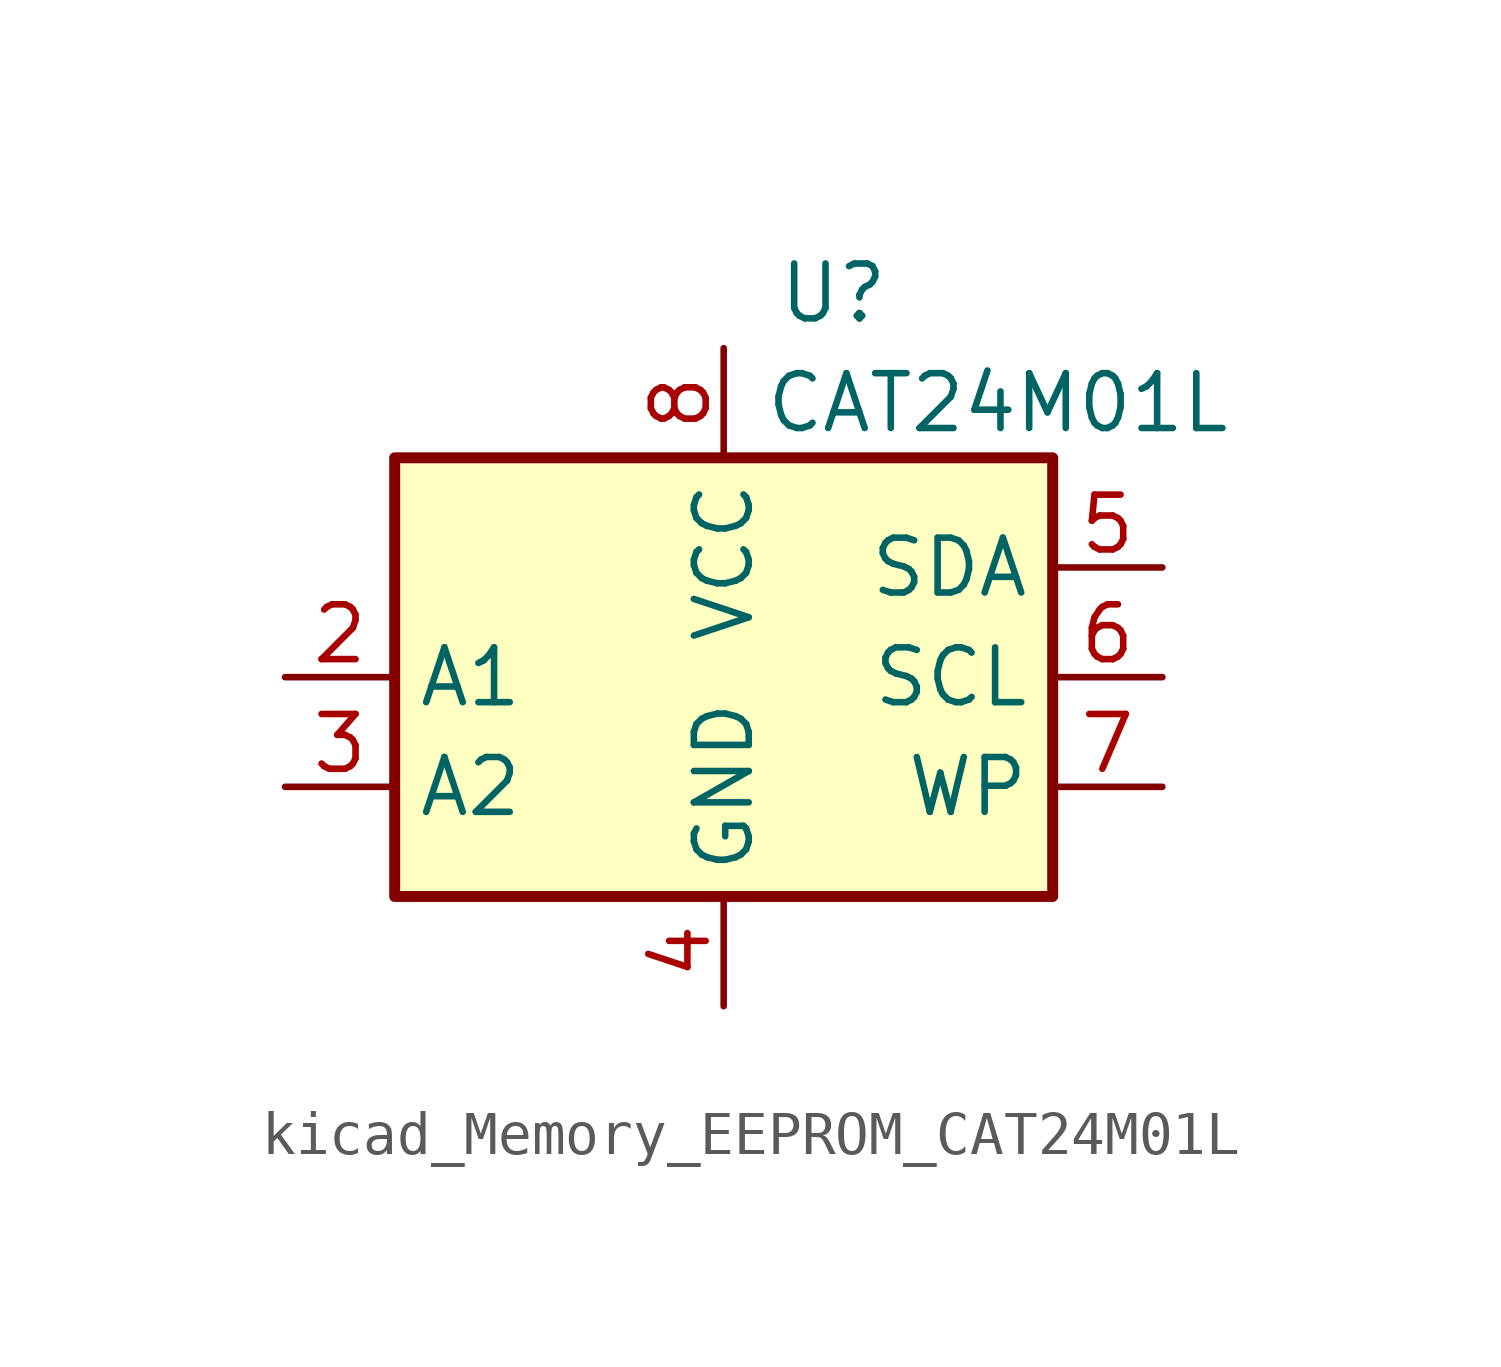
<source format=kicad_sym>
(kicad_symbol_lib
  (version 20220914)
  (generator kicad_symbol_editor)
  (symbol "kicad_Memory_EEPROM_CAT24M01L"
    (property "Reference" "U"
      (at 2.54 8.89 0)
      (effects (font (size 1.27 1.27))))
    (property "Value" "CAT24M01L"
      (at 6.35 6.35 0)
      (effects (font (size 1.27 1.27))))
    (symbol "kicad_Memory_EEPROM_CAT24M01L_1_1"
      (rectangle (start -7.62 5.08) (end 7.62 -5.08) (stroke (width 0.254) (type default)) (fill (type background)))
      (pin no_connect line (at -7.62 2.54 0) (length 2.54) hide (name "NC" (effects (font (size 1.27 1.27)))) (number "1" (effects (font (size 1.27 1.27)))))
      (pin input line (at -10.16 0 0) (length 2.54) (name "A1" (effects (font (size 1.27 1.27)))) (number "2" (effects (font (size 1.27 1.27)))))
      (pin input line (at -10.16 -2.54 0) (length 2.54) (name "A2" (effects (font (size 1.27 1.27)))) (number "3" (effects (font (size 1.27 1.27)))))
      (pin power_in line (at 0 -7.62 90) (length 2.54) (name "GND" (effects (font (size 1.27 1.27)))) (number "4" (effects (font (size 1.27 1.27)))))
      (pin bidirectional line (at 10.16 2.54 180) (length 2.54) (name "SDA" (effects (font (size 1.27 1.27)))) (number "5" (effects (font (size 1.27 1.27)))))
      (pin input line (at 10.16 0 180) (length 2.54) (name "SCL" (effects (font (size 1.27 1.27)))) (number "6" (effects (font (size 1.27 1.27)))))
      (pin input line (at 10.16 -2.54 180) (length 2.54) (name "WP" (effects (font (size 1.27 1.27)))) (number "7" (effects (font (size 1.27 1.27)))))
      (pin power_in line (at 0 7.62 270) (length 2.54) (name "VCC" (effects (font (size 1.27 1.27)))) (number "8" (effects (font (size 1.27 1.27))))))))
</source>
